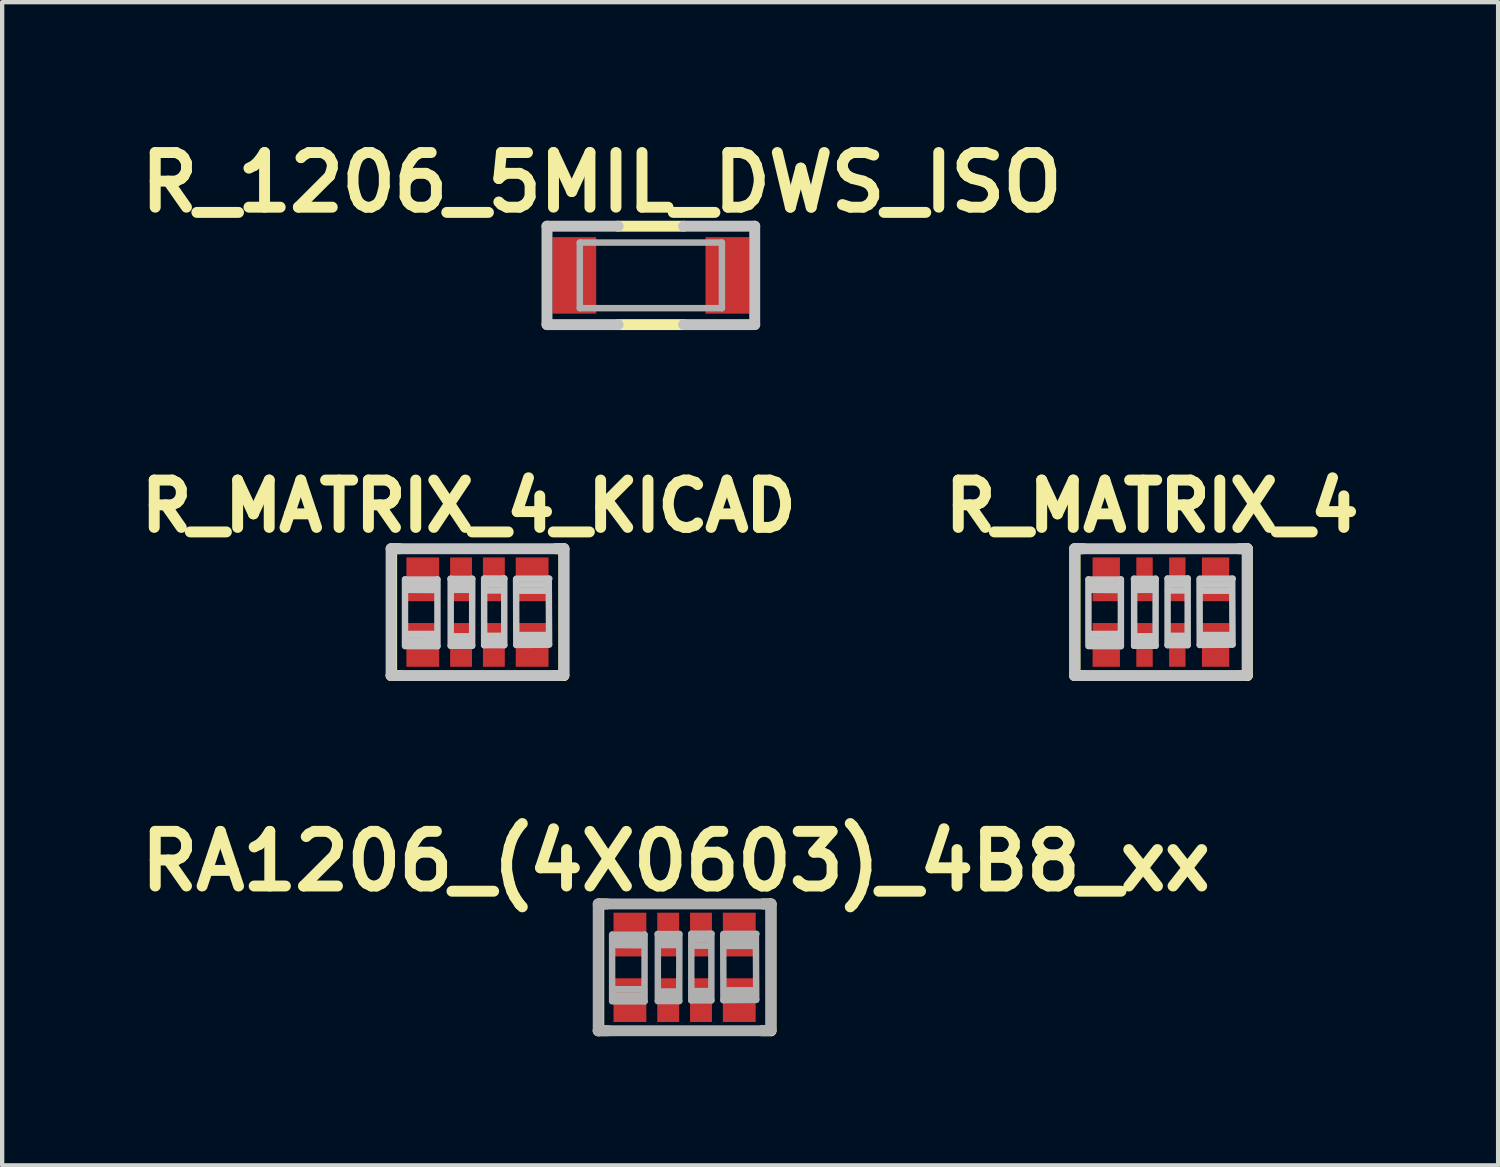
<source format=kicad_pcb>
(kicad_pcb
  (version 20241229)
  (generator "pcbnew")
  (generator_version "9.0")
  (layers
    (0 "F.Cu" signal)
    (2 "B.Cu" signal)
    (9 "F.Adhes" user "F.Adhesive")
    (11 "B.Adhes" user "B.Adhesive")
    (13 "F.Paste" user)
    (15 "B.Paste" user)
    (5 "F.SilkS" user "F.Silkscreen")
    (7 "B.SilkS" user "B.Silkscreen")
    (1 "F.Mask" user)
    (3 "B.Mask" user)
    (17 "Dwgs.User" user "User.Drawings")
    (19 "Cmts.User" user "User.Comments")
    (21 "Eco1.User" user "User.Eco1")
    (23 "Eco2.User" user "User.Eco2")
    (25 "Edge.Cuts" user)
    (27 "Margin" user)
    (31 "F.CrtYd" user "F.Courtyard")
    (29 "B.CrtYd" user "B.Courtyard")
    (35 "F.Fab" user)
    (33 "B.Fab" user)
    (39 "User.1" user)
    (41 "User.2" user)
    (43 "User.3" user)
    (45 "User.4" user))
  (footprint "R_MATRIX_4_KICAD"
    (layer "F.Cu")
    (at 8.043 11.171)
    (property "Reference" "R_MATRIX_4_KICAD" (at -0.203 -2.464 0) (layer "F.SilkS") (effects (font (size 1.1 1.1) (thickness 0.254))))
    (attr smd)
    (fp_line (start -2.007 1.473) (end -1.791 1.473) (stroke (width 0.254) (type solid)) (layer "F.SilkS"))
    (fp_line (start -1.994 -1.473) (end -1.994 1.473) (stroke (width 0.254) (type solid)) (layer "F.SilkS"))
    (fp_line (start -1.981 -1.473) (end -1.803 -1.473) (stroke (width 0.254) (type solid)) (layer "F.SilkS"))
    (fp_line (start 1.816 -1.473) (end 2.007 -1.473) (stroke (width 0.254) (type solid)) (layer "F.SilkS"))
    (fp_line (start 2.007 -1.473) (end 2.007 1.473) (stroke (width 0.254) (type solid)) (layer "F.SilkS"))
    (fp_line (start 2.007 1.473) (end 1.791 1.473) (stroke (width 0.254) (type solid)) (layer "F.SilkS"))
    (fp_line (start -2.007 -1.473) (end -2.007 1.473) (stroke (width 0.254) (type solid)) (layer "Dwgs.User"))
    (fp_line (start -2.007 -1.473) (end 2.007 -1.473) (stroke (width 0.254) (type solid)) (layer "Dwgs.User"))
    (fp_line (start -2.007 1.473) (end 1.943 1.473) (stroke (width 0.254) (type solid)) (layer "Dwgs.User"))
    (fp_line (start -1.684 -0.762) (end -1.684 0.79) (stroke (width 0.15) (type solid)) (layer "Dwgs.User"))
    (fp_line (start -1.679 -0.757) (end -0.932 -0.757) (stroke (width 0.15) (type solid)) (layer "Dwgs.User"))
    (fp_line (start -1.643 -0.518) (end -1.029 -0.513) (stroke (width 0.15) (type solid)) (layer "Dwgs.User"))
    (fp_line (start -1.615 0.655) (end -1.008 0.653) (stroke (width 0.15) (type solid)) (layer "Dwgs.User"))
    (fp_line (start -0.98 0.508) (end -1.618 0.508) (stroke (width 0.15) (type solid)) (layer "Dwgs.User"))
    (fp_line (start -0.94 -0.622) (end -1.638 -0.622) (stroke (width 0.15) (type solid)) (layer "Dwgs.User"))
    (fp_line (start -0.93 -0.762) (end -0.93 0.79) (stroke (width 0.15) (type solid)) (layer "Dwgs.User"))
    (fp_line (start -0.93 0.79) (end -1.638 0.79) (stroke (width 0.15) (type solid)) (layer "Dwgs.User"))
    (fp_line (start -0.627 -0.772) (end -0.122 -0.772) (stroke (width 0.15) (type solid)) (layer "Dwgs.User"))
    (fp_line (start -0.622 0.782) (end -0.622 -0.777) (stroke (width 0.15) (type solid)) (layer "Dwgs.User"))
    (fp_line (start -0.602 -0.632) (end -0.213 -0.63) (stroke (width 0.15) (type solid)) (layer "Dwgs.User"))
    (fp_line (start -0.589 0.561) (end -0.18 0.561) (stroke (width 0.15) (type solid)) (layer "Dwgs.User"))
    (fp_line (start -0.582 -0.518) (end -0.185 -0.518) (stroke (width 0.15) (type solid)) (layer "Dwgs.User"))
    (fp_line (start -0.582 0.645) (end -0.239 0.645) (stroke (width 0.15) (type solid)) (layer "Dwgs.User"))
    (fp_line (start -0.124 0.782) (end -0.622 0.782) (stroke (width 0.15) (type solid)) (layer "Dwgs.User"))
    (fp_line (start -0.122 -0.777) (end -0.124 0.782) (stroke (width 0.15) (type solid)) (layer "Dwgs.User"))
    (fp_line (start 0.155 -0.78) (end 0.625 -0.78) (stroke (width 0.15) (type solid)) (layer "Dwgs.User"))
    (fp_line (start 0.155 0.767) (end 0.155 -0.777) (stroke (width 0.15) (type solid)) (layer "Dwgs.User"))
    (fp_line (start 0.163 -0.503) (end 0.594 -0.503) (stroke (width 0.15) (type solid)) (layer "Dwgs.User"))
    (fp_line (start 0.165 0.551) (end 0.584 0.551) (stroke (width 0.15) (type solid)) (layer "Dwgs.User"))
    (fp_line (start 0.175 0.66) (end 0.554 0.663) (stroke (width 0.15) (type solid)) (layer "Dwgs.User"))
    (fp_line (start 0.185 -0.645) (end 0.551 -0.645) (stroke (width 0.15) (type solid)) (layer "Dwgs.User"))
    (fp_line (start 0.622 -0.782) (end 0.622 0.767) (stroke (width 0.15) (type solid)) (layer "Dwgs.User"))
    (fp_line (start 0.622 0.767) (end 0.155 0.767) (stroke (width 0.15) (type solid)) (layer "Dwgs.User"))
    (fp_line (start 0.902 0.762) (end 0.897 -0.767) (stroke (width 0.15) (type solid)) (layer "Dwgs.User"))
    (fp_line (start 0.907 -0.777) (end 1.669 -0.777) (stroke (width 0.15) (type solid)) (layer "Dwgs.User"))
    (fp_line (start 0.953 0.533) (end 1.608 0.533) (stroke (width 0.15) (type solid)) (layer "Dwgs.User"))
    (fp_line (start 0.958 -0.498) (end 1.6 -0.498) (stroke (width 0.15) (type solid)) (layer "Dwgs.User"))
    (fp_line (start 0.993 -0.64) (end 1.575 -0.64) (stroke (width 0.15) (type solid)) (layer "Dwgs.User"))
    (fp_line (start 1.638 0.648) (end 1.008 0.655) (stroke (width 0.15) (type solid)) (layer "Dwgs.User"))
    (fp_line (start 1.656 -0.777) (end 1.664 0.742) (stroke (width 0.15) (type solid)) (layer "Dwgs.User"))
    (fp_line (start 1.664 0.757) (end 0.902 0.762) (stroke (width 0.15) (type solid)) (layer "Dwgs.User"))
    (fp_line (start 2.007 -1.473) (end 2.007 1.46) (stroke (width 0.254) (type solid)) (layer "Dwgs.User"))
    (pad "1" smd rect (at -1.27 0.762) (size 0.762 1.016) (layers "F.Cu" "F.Mask" "F.Paste"))
    (pad "2" smd rect (at -0.381 0.762) (size 0.508 1.016) (layers "F.Cu" "F.Mask" "F.Paste"))
    (pad "3" smd rect (at 0.381 0.762) (size 0.508 1.016) (layers "F.Cu" "F.Mask" "F.Paste"))
    (pad "4" smd rect (at 1.27 0.762) (size 0.762 1.016) (layers "F.Cu" "F.Mask" "F.Paste"))
    (pad "5" smd rect (at 1.27 -0.762) (size 0.762 1.016) (layers "F.Cu" "F.Mask" "F.Paste"))
    (pad "6" smd rect (at 0.381 -0.762) (size 0.508 1.016) (layers "F.Cu" "F.Mask" "F.Paste"))
    (pad "7" smd rect (at -0.381 -0.762) (size 0.508 1.016) (layers "F.Cu" "F.Mask" "F.Paste"))
    (pad "8" smd rect (at -1.27 -0.762) (size 0.762 1.016) (layers "F.Cu" "F.Mask" "F.Paste")))
  (footprint "R_MATRIX_4"
    (layer "F.Cu")
    (at 23.921 11.171)
    (property "Reference" "R_MATRIX_4" (at -0.203 -2.464 0) (layer "F.SilkS") (effects (font (size 1.1 1.1) (thickness 0.254))))
    (attr smd)
    (fp_line (start -2.007 1.473) (end -1.791 1.473) (stroke (width 0.254) (type solid)) (layer "F.SilkS"))
    (fp_line (start -1.994 -1.473) (end -1.994 1.473) (stroke (width 0.254) (type solid)) (layer "F.SilkS"))
    (fp_line (start -1.981 -1.473) (end -1.803 -1.473) (stroke (width 0.254) (type solid)) (layer "F.SilkS"))
    (fp_line (start 1.816 -1.473) (end 2.007 -1.473) (stroke (width 0.254) (type solid)) (layer "F.SilkS"))
    (fp_line (start 2.007 -1.473) (end 2.007 1.473) (stroke (width 0.254) (type solid)) (layer "F.SilkS"))
    (fp_line (start 2.007 1.473) (end 1.791 1.473) (stroke (width 0.254) (type solid)) (layer "F.SilkS"))
    (fp_line (start -2.007 -1.473) (end -2.007 1.473) (stroke (width 0.254) (type solid)) (layer "Dwgs.User"))
    (fp_line (start -2.007 -1.473) (end 2.007 -1.473) (stroke (width 0.254) (type solid)) (layer "Dwgs.User"))
    (fp_line (start -2.007 1.473) (end 1.943 1.473) (stroke (width 0.254) (type solid)) (layer "Dwgs.User"))
    (fp_line (start -1.684 -0.762) (end -1.684 0.79) (stroke (width 0.15) (type solid)) (layer "Dwgs.User"))
    (fp_line (start -1.679 -0.757) (end -0.932 -0.757) (stroke (width 0.15) (type solid)) (layer "Dwgs.User"))
    (fp_line (start -1.643 -0.518) (end -1.029 -0.513) (stroke (width 0.15) (type solid)) (layer "Dwgs.User"))
    (fp_line (start -1.615 0.655) (end -1.008 0.653) (stroke (width 0.15) (type solid)) (layer "Dwgs.User"))
    (fp_line (start -0.98 0.508) (end -1.618 0.508) (stroke (width 0.15) (type solid)) (layer "Dwgs.User"))
    (fp_line (start -0.94 -0.622) (end -1.638 -0.622) (stroke (width 0.15) (type solid)) (layer "Dwgs.User"))
    (fp_line (start -0.93 -0.762) (end -0.93 0.79) (stroke (width 0.15) (type solid)) (layer "Dwgs.User"))
    (fp_line (start -0.93 0.79) (end -1.638 0.79) (stroke (width 0.15) (type solid)) (layer "Dwgs.User"))
    (fp_line (start -0.627 -0.772) (end -0.122 -0.772) (stroke (width 0.15) (type solid)) (layer "Dwgs.User"))
    (fp_line (start -0.622 0.782) (end -0.622 -0.777) (stroke (width 0.15) (type solid)) (layer "Dwgs.User"))
    (fp_line (start -0.602 -0.632) (end -0.213 -0.63) (stroke (width 0.15) (type solid)) (layer "Dwgs.User"))
    (fp_line (start -0.589 0.561) (end -0.18 0.561) (stroke (width 0.15) (type solid)) (layer "Dwgs.User"))
    (fp_line (start -0.582 -0.518) (end -0.185 -0.518) (stroke (width 0.15) (type solid)) (layer "Dwgs.User"))
    (fp_line (start -0.582 0.645) (end -0.239 0.645) (stroke (width 0.15) (type solid)) (layer "Dwgs.User"))
    (fp_line (start -0.124 0.782) (end -0.622 0.782) (stroke (width 0.15) (type solid)) (layer "Dwgs.User"))
    (fp_line (start -0.122 -0.777) (end -0.124 0.782) (stroke (width 0.15) (type solid)) (layer "Dwgs.User"))
    (fp_line (start 0.155 -0.78) (end 0.625 -0.78) (stroke (width 0.15) (type solid)) (layer "Dwgs.User"))
    (fp_line (start 0.155 0.767) (end 0.155 -0.777) (stroke (width 0.15) (type solid)) (layer "Dwgs.User"))
    (fp_line (start 0.163 -0.503) (end 0.594 -0.503) (stroke (width 0.15) (type solid)) (layer "Dwgs.User"))
    (fp_line (start 0.165 0.551) (end 0.584 0.551) (stroke (width 0.15) (type solid)) (layer "Dwgs.User"))
    (fp_line (start 0.175 0.66) (end 0.554 0.663) (stroke (width 0.15) (type solid)) (layer "Dwgs.User"))
    (fp_line (start 0.185 -0.645) (end 0.551 -0.645) (stroke (width 0.15) (type solid)) (layer "Dwgs.User"))
    (fp_line (start 0.622 -0.782) (end 0.622 0.767) (stroke (width 0.15) (type solid)) (layer "Dwgs.User"))
    (fp_line (start 0.622 0.767) (end 0.155 0.767) (stroke (width 0.15) (type solid)) (layer "Dwgs.User"))
    (fp_line (start 0.902 0.762) (end 0.897 -0.767) (stroke (width 0.15) (type solid)) (layer "Dwgs.User"))
    (fp_line (start 0.907 -0.777) (end 1.669 -0.777) (stroke (width 0.15) (type solid)) (layer "Dwgs.User"))
    (fp_line (start 0.953 0.533) (end 1.608 0.533) (stroke (width 0.15) (type solid)) (layer "Dwgs.User"))
    (fp_line (start 0.958 -0.498) (end 1.6 -0.498) (stroke (width 0.15) (type solid)) (layer "Dwgs.User"))
    (fp_line (start 0.993 -0.64) (end 1.575 -0.64) (stroke (width 0.15) (type solid)) (layer "Dwgs.User"))
    (fp_line (start 1.638 0.648) (end 1.008 0.655) (stroke (width 0.15) (type solid)) (layer "Dwgs.User"))
    (fp_line (start 1.656 -0.777) (end 1.664 0.742) (stroke (width 0.15) (type solid)) (layer "Dwgs.User"))
    (fp_line (start 1.664 0.757) (end 0.902 0.762) (stroke (width 0.15) (type solid)) (layer "Dwgs.User"))
    (fp_line (start 2.007 -1.473) (end 2.007 1.46) (stroke (width 0.254) (type solid)) (layer "Dwgs.User"))
    (pad "1.1" smd rect (at -1.27 0.762) (size 0.635 1.016) (layers "F.Cu" "F.Mask" "F.Paste"))
    (pad "1.2" smd rect (at -1.27 -0.762) (size 0.635 1.016) (layers "F.Cu" "F.Mask" "F.Paste"))
    (pad "2.1" smd rect (at -0.381 0.762) (size 0.381 1.016) (layers "F.Cu" "F.Mask" "F.Paste"))
    (pad "2.2" smd rect (at -0.381 -0.762) (size 0.381 1.016) (layers "F.Cu" "F.Mask" "F.Paste"))
    (pad "3.1" smd rect (at 0.381 0.762) (size 0.381 1.016) (layers "F.Cu" "F.Mask" "F.Paste"))
    (pad "3.2" smd rect (at 0.381 -0.762) (size 0.381 1.016) (layers "F.Cu" "F.Mask" "F.Paste"))
    (pad "4.1" smd rect (at 1.27 0.762) (size 0.635 1.016) (layers "F.Cu" "F.Mask" "F.Paste"))
    (pad "4.2" smd rect (at 1.27 -0.762) (size 0.635 1.016) (layers "F.Cu" "F.Mask" "F.Paste")))
  (footprint "R_1206_5MIL_DWS_ISO"
    (layer "F.Cu")
    (at 12.071 3.348)
    (property "Reference" "R_1206_5MIL_DWS_ISO" (at -1.143 -2.159 0) (layer "F.SilkS") (effects (font (size 1.27 1.27) (thickness 0.254))))
    (attr smd)
    (fp_line (start 0.762 -1.143) (end -0.762 -1.143) (stroke (width 0.254) (type solid)) (layer "F.SilkS"))
    (fp_line (start 0.762 1.143) (end -0.762 1.143) (stroke (width 0.254) (type solid)) (layer "F.SilkS"))
    (fp_line (start -2.413 -1.143) (end -2.413 1.143) (stroke (width 0.254) (type solid)) (layer "Dwgs.User"))
    (fp_line (start -2.413 1.143) (end -0.762 1.143) (stroke (width 0.254) (type solid)) (layer "Dwgs.User"))
    (fp_line (start -0.762 -1.143) (end -2.413 -1.143) (stroke (width 0.254) (type solid)) (layer "Dwgs.User"))
    (fp_line (start 0.762 -1.143) (end 2.413 -1.143) (stroke (width 0.254) (type solid)) (layer "Dwgs.User"))
    (fp_line (start 2.413 -1.143) (end 2.413 1.143) (stroke (width 0.254) (type solid)) (layer "Dwgs.User"))
    (fp_line (start 2.413 1.143) (end 0.762 1.143) (stroke (width 0.254) (type solid)) (layer "Dwgs.User"))
    (fp_line (start -1.651 -0.762) (end -1.651 0.762) (stroke (width 0.15) (type solid)) (layer "F.Fab"))
    (fp_line (start -1.651 -0.762) (end 1.651 -0.762) (stroke (width 0.15) (type solid)) (layer "F.Fab"))
    (fp_line (start -1.651 0.762) (end 1.651 0.762) (stroke (width 0.15) (type solid)) (layer "F.Fab"))
    (fp_line (start 1.651 0.762) (end 1.651 -0.762) (stroke (width 0.15) (type solid)) (layer "F.Fab"))
    (pad "1" smd rect (at -1.778 0) (size 1.016 1.778) (layers "F.Cu" "F.Mask" "F.Paste"))
    (pad "2" smd rect (at 1.778 0) (size 1.016 1.778) (layers "F.Cu" "F.Mask" "F.Paste")))
  (footprint "RA1206_(4X0603)_4B8_xx"
    (layer "F.Cu")
    (at 12.855 19.424)
    (property "Reference" "RA1206_(4X0603)_4B8_xx" (at -0.203 -2.464 0) (layer "F.SilkS") (effects (font (size 1.27 1.27) (thickness 0.254))))
    (attr smd)
    (fp_line (start -2.007 1.473) (end -1.791 1.473) (stroke (width 0.254) (type solid)) (layer "F.SilkS"))
    (fp_line (start -1.994 -1.473) (end -1.994 1.473) (stroke (width 0.254) (type solid)) (layer "F.SilkS"))
    (fp_line (start -1.981 -1.473) (end -1.803 -1.473) (stroke (width 0.254) (type solid)) (layer "F.SilkS"))
    (fp_line (start 1.816 -1.473) (end 2.007 -1.473) (stroke (width 0.254) (type solid)) (layer "F.SilkS"))
    (fp_line (start 2.007 -1.473) (end 2.007 1.473) (stroke (width 0.254) (type solid)) (layer "F.SilkS"))
    (fp_line (start 2.007 1.473) (end 1.791 1.473) (stroke (width 0.254) (type solid)) (layer "F.SilkS"))
    (fp_line (start -2.007 -1.473) (end -2.007 1.473) (stroke (width 0.254) (type solid)) (layer "F.Fab"))
    (fp_line (start -2.007 -1.473) (end 2.007 -1.473) (stroke (width 0.254) (type solid)) (layer "F.Fab"))
    (fp_line (start -2.007 1.473) (end 1.943 1.473) (stroke (width 0.254) (type solid)) (layer "F.Fab"))
    (fp_line (start -1.684 -0.762) (end -1.684 0.79) (stroke (width 0.15) (type solid)) (layer "F.Fab"))
    (fp_line (start -1.679 -0.757) (end -0.932 -0.757) (stroke (width 0.15) (type solid)) (layer "F.Fab"))
    (fp_line (start -1.643 -0.518) (end -1.029 -0.513) (stroke (width 0.15) (type solid)) (layer "F.Fab"))
    (fp_line (start -1.615 0.655) (end -1.008 0.653) (stroke (width 0.15) (type solid)) (layer "F.Fab"))
    (fp_line (start -0.98 0.508) (end -1.618 0.508) (stroke (width 0.15) (type solid)) (layer "F.Fab"))
    (fp_line (start -0.94 -0.622) (end -1.638 -0.622) (stroke (width 0.15) (type solid)) (layer "F.Fab"))
    (fp_line (start -0.93 -0.762) (end -0.93 0.79) (stroke (width 0.15) (type solid)) (layer "F.Fab"))
    (fp_line (start -0.93 0.79) (end -1.638 0.79) (stroke (width 0.15) (type solid)) (layer "F.Fab"))
    (fp_line (start -0.627 -0.772) (end -0.122 -0.772) (stroke (width 0.15) (type solid)) (layer "F.Fab"))
    (fp_line (start -0.622 0.782) (end -0.622 -0.777) (stroke (width 0.15) (type solid)) (layer "F.Fab"))
    (fp_line (start -0.602 -0.632) (end -0.213 -0.63) (stroke (width 0.15) (type solid)) (layer "F.Fab"))
    (fp_line (start -0.589 0.561) (end -0.18 0.561) (stroke (width 0.15) (type solid)) (layer "F.Fab"))
    (fp_line (start -0.582 -0.518) (end -0.185 -0.518) (stroke (width 0.15) (type solid)) (layer "F.Fab"))
    (fp_line (start -0.582 0.645) (end -0.239 0.645) (stroke (width 0.15) (type solid)) (layer "F.Fab"))
    (fp_line (start -0.124 0.782) (end -0.622 0.782) (stroke (width 0.15) (type solid)) (layer "F.Fab"))
    (fp_line (start -0.122 -0.777) (end -0.124 0.782) (stroke (width 0.15) (type solid)) (layer "F.Fab"))
    (fp_line (start 0.155 -0.78) (end 0.625 -0.78) (stroke (width 0.15) (type solid)) (layer "F.Fab"))
    (fp_line (start 0.155 0.767) (end 0.155 -0.777) (stroke (width 0.15) (type solid)) (layer "F.Fab"))
    (fp_line (start 0.163 -0.503) (end 0.594 -0.503) (stroke (width 0.15) (type solid)) (layer "F.Fab"))
    (fp_line (start 0.165 0.551) (end 0.584 0.551) (stroke (width 0.15) (type solid)) (layer "F.Fab"))
    (fp_line (start 0.175 0.66) (end 0.554 0.663) (stroke (width 0.15) (type solid)) (layer "F.Fab"))
    (fp_line (start 0.185 -0.645) (end 0.551 -0.645) (stroke (width 0.15) (type solid)) (layer "F.Fab"))
    (fp_line (start 0.622 -0.782) (end 0.622 0.767) (stroke (width 0.15) (type solid)) (layer "F.Fab"))
    (fp_line (start 0.622 0.767) (end 0.155 0.767) (stroke (width 0.15) (type solid)) (layer "F.Fab"))
    (fp_line (start 0.902 0.762) (end 0.897 -0.767) (stroke (width 0.15) (type solid)) (layer "F.Fab"))
    (fp_line (start 0.907 -0.777) (end 1.669 -0.777) (stroke (width 0.15) (type solid)) (layer "F.Fab"))
    (fp_line (start 0.953 0.533) (end 1.608 0.533) (stroke (width 0.15) (type solid)) (layer "F.Fab"))
    (fp_line (start 0.958 -0.498) (end 1.6 -0.498) (stroke (width 0.15) (type solid)) (layer "F.Fab"))
    (fp_line (start 0.993 -0.64) (end 1.575 -0.64) (stroke (width 0.15) (type solid)) (layer "F.Fab"))
    (fp_line (start 1.638 0.648) (end 1.008 0.655) (stroke (width 0.15) (type solid)) (layer "F.Fab"))
    (fp_line (start 1.656 -0.777) (end 1.664 0.742) (stroke (width 0.15) (type solid)) (layer "F.Fab"))
    (fp_line (start 1.664 0.757) (end 0.902 0.762) (stroke (width 0.15) (type solid)) (layer "F.Fab"))
    (fp_line (start 2.007 -1.473) (end 2.007 1.46) (stroke (width 0.254) (type solid)) (layer "F.Fab"))
    (pad "1.1" smd rect (at -1.27 0.762) (size 0.762 1.016) (layers "F.Cu" "F.Mask" "F.Paste"))
    (pad "1.2" smd rect (at -1.27 -0.762) (size 0.762 1.016) (layers "F.Cu" "F.Mask" "F.Paste"))
    (pad "2.1" smd rect (at -0.381 0.762) (size 0.508 1.016) (layers "F.Cu" "F.Mask" "F.Paste"))
    (pad "2.2" smd rect (at -0.381 -0.762) (size 0.508 1.016) (layers "F.Cu" "F.Mask" "F.Paste"))
    (pad "3.1" smd rect (at 0.381 0.762) (size 0.508 1.016) (layers "F.Cu" "F.Mask" "F.Paste"))
    (pad "3.2" smd rect (at 0.381 -0.762) (size 0.508 1.016) (layers "F.Cu" "F.Mask" "F.Paste"))
    (pad "4.1" smd rect (at 1.27 0.762) (size 0.762 1.016) (layers "F.Cu" "F.Mask" "F.Paste"))
    (pad "4.2" smd rect (at 1.27 -0.762) (size 0.762 1.016) (layers "F.Cu" "F.Mask" "F.Paste")))
  (gr_rect
    (start -3 -3)
    (end 31.755 24.024)
    (stroke (width 0.1) (type default))
    (fill no)
    (layer "Edge.Cuts")))
</source>
